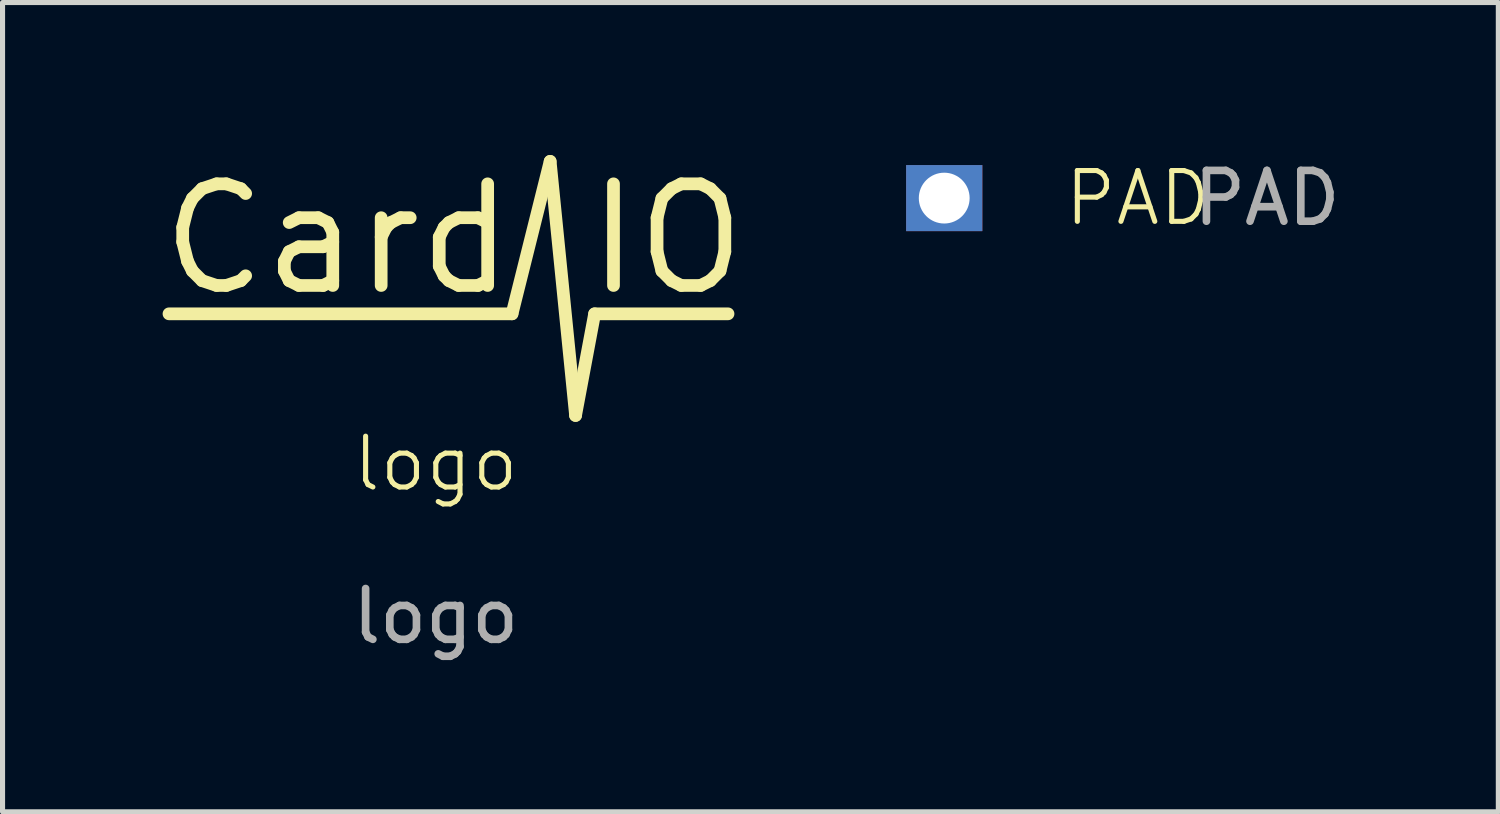
<source format=kicad_pcb>
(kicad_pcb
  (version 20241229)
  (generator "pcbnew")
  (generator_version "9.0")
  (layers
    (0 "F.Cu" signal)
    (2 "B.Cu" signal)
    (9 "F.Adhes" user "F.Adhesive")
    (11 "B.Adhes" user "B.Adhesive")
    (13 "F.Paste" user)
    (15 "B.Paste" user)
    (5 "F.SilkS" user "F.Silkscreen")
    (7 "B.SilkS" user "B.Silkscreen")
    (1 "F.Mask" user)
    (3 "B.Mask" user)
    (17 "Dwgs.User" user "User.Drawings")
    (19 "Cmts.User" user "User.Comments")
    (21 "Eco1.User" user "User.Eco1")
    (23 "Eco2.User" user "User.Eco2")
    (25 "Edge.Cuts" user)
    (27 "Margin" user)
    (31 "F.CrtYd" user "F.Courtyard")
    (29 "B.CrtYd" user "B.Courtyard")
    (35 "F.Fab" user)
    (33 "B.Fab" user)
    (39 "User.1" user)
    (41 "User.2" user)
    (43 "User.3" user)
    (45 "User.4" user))
  (footprint "PAD"
    (layer "F.Cu")
    (at 15.529 0.848)
    (property "Reference" "PAD" (at 3.81 0 0) (unlocked yes) (layer "F.SilkS") (effects (font (size 1 1) (thickness 0.1))))
    (attr through_hole)
    (fp_text user "${REFERENCE}" (at 6.35 0 0) (unlocked yes) (layer "F.Fab") (effects (font (size 1 1) (thickness 0.15))))
    (pad "1" thru_hole rect (at 0 0) (size 1.5 1.3) (drill 1) (layers "*.Cu" "*.Mask") (remove_unused_layers yes) (keep_end_layers yes) (zone_layer_connections)))
  (footprint "logo"
    (layer "F.Cu")
    (at 5.775 3.125)
    (property "Reference" "logo" (at -0.25 2.95 0) (unlocked yes) (layer "F.SilkS") (effects (font (size 1 1) (thickness 0.1))))
    (attr smd)
    (fp_line (start -5.5 0) (end 1.25 0) (stroke (width 0.25) (type default)) (layer "F.SilkS"))
    (fp_line (start 1.25 0) (end 2 -3) (stroke (width 0.25) (type default)) (layer "F.SilkS"))
    (fp_line (start 2 -3) (end 2.5 2) (stroke (width 0.25) (type default)) (layer "F.SilkS"))
    (fp_line (start 2.5 2) (end 2.875 0) (stroke (width 0.25) (type default)) (layer "F.SilkS"))
    (fp_line (start 2.875 0) (end 5.5 0) (stroke (width 0.25) (type default)) (layer "F.SilkS"))
    (fp_text user "Card IO" (at -5.775 -0.3 0) (unlocked yes) (layer "F.SilkS") (effects (font (size 2 2) (thickness 0.25) (bold yes)) (justify left bottom)))
    (fp_text user "${REFERENCE}" (at -0.25 5.95 0) (unlocked yes) (layer "F.Fab") (effects (font (size 1 1) (thickness 0.15)))))
  (gr_rect
    (start -3 -3)
    (end 26.432 12.923)
    (stroke (width 0.1) (type default))
    (fill no)
    (layer "Edge.Cuts")))
</source>
